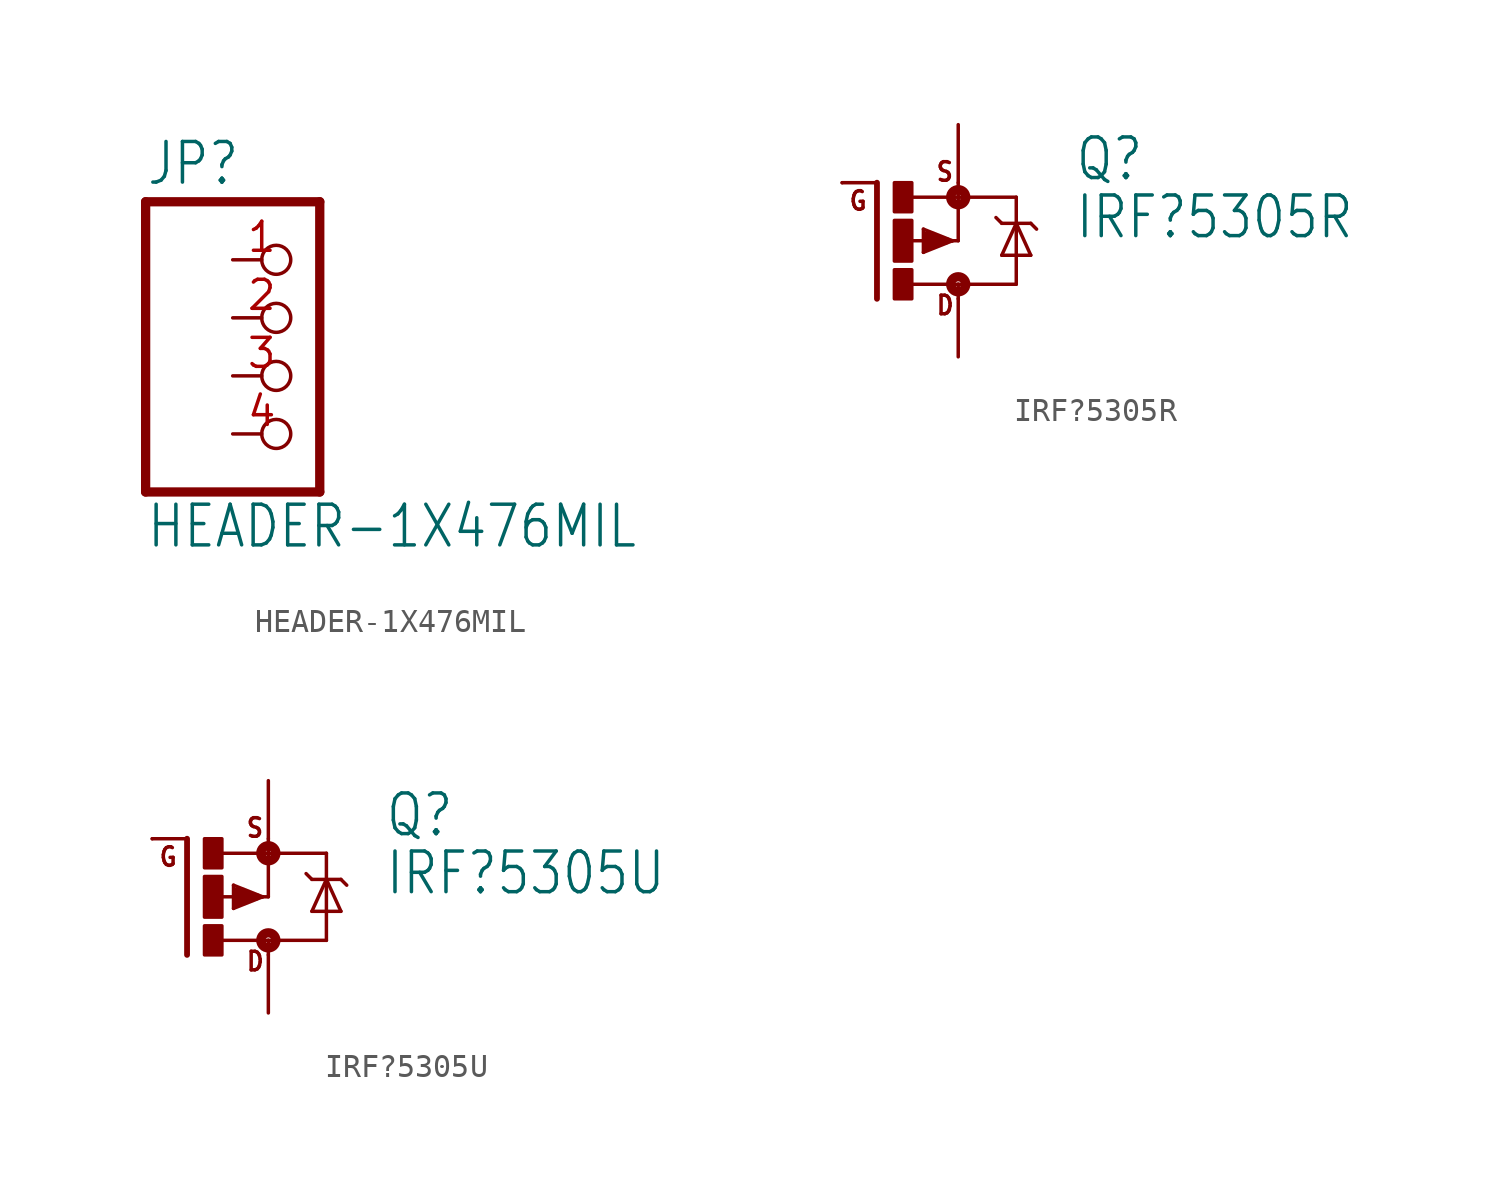
<source format=kicad_sym>
(kicad_symbol_lib
  (version 20211014)
  (generator kicad_symbol_editor)
  (symbol "HEADER-1X476MIL"
    (property "Reference" "JP"
      (at -6.35 8.255 0)
      (effects (font (size 1.778 1.511)) (justify left bottom)))
    (property "Value" "HEADER-1X476MIL"
      (at -6.35 -7.62 0)
      (effects (font (size 1.778 1.511)) (justify left bottom)))
    (property "ki_locked" ""
      (at 0 0 0)
      (effects (font (size 1.27 1.27))))
    (symbol "HEADER-1X476MIL_1_0"
      (polyline (pts (xy -6.35 -5.08) (xy 1.27 -5.08)) (stroke (width 0.406) (type default) (color 0 0 0 0)) (fill (type none)))
      (polyline (pts (xy -6.35 7.62) (xy -6.35 -5.08)) (stroke (width 0.406) (type default) (color 0 0 0 0)) (fill (type none)))
      (polyline (pts (xy 1.27 -5.08) (xy 1.27 7.62)) (stroke (width 0.406) (type default) (color 0 0 0 0)) (fill (type none)))
      (polyline (pts (xy 1.27 7.62) (xy -6.35 7.62)) (stroke (width 0.406) (type default) (color 0 0 0 0)) (fill (type none)))
      (pin passive inverted (at -2.54 5.08 0) (length 2.54) (name "1" (effects (font (size 0 0)))) (number "1" (effects (font (size 1.27 1.27)))))
      (pin passive inverted (at -2.54 2.54 0) (length 2.54) (name "2" (effects (font (size 0 0)))) (number "2" (effects (font (size 1.27 1.27)))))
      (pin passive inverted (at -2.54 0 0) (length 2.54) (name "3" (effects (font (size 0 0)))) (number "3" (effects (font (size 1.27 1.27)))))
      (pin passive inverted (at -2.54 -2.54 0) (length 2.54) (name "4" (effects (font (size 0 0)))) (number "4" (effects (font (size 1.27 1.27)))))))
  (symbol "IRF?5305R"
    (property "Reference" "Q"
      (at 7.62 2.54 0)
      (effects (font (size 1.778 1.511)) (justify left bottom)))
    (property "Value" "IRF?5305R"
      (at 7.62 0 0)
      (effects (font (size 1.778 1.511)) (justify left bottom)))
    (property "ki_locked" ""
      (at 0 0 0)
      (effects (font (size 1.27 1.27))))
    (symbol "IRF?5305R_1_0"
      (rectangle (start -0.254 -2.54) (end 0.508 -1.27) (stroke (width 0) (type default) (color 0 0 0 0)) (fill (type outline)))
      (rectangle (start -0.254 -0.889) (end 0.508 0.889) (stroke (width 0) (type default) (color 0 0 0 0)) (fill (type outline)))
      (rectangle (start -0.254 1.27) (end 0.508 2.54) (stroke (width 0) (type default) (color 0 0 0 0)) (fill (type outline)))
      (polyline (pts (xy -1.016 -2.54) (xy -1.016 2.54)) (stroke (width 0.254) (type default) (color 0 0 0 0)) (fill (type none)))
      (polyline (pts (xy -1.016 2.54) (xy -2.54 2.54)) (stroke (width 0.152) (type default) (color 0 0 0 0)) (fill (type none)))
      (polyline (pts (xy 0.508 1.905) (xy 2.54 1.905)) (stroke (width 0.152) (type default) (color 0 0 0 0)) (fill (type none)))
      (polyline (pts (xy 1.016 -0.508) (xy 1.016 0.508)) (stroke (width 0.152) (type default) (color 0 0 0 0)) (fill (type none)))
      (polyline (pts (xy 1.016 0.508) (xy 2.286 0)) (stroke (width 0.152) (type default) (color 0 0 0 0)) (fill (type none)))
      (polyline (pts (xy 1.143 -0.254) (xy 1.143 0)) (stroke (width 0.305) (type default) (color 0 0 0 0)) (fill (type none)))
      (polyline (pts (xy 1.143 0) (xy 0.254 0)) (stroke (width 0.152) (type default) (color 0 0 0 0)) (fill (type none)))
      (polyline (pts (xy 1.143 0) (xy 1.397 0)) (stroke (width 0.305) (type default) (color 0 0 0 0)) (fill (type none)))
      (polyline (pts (xy 1.143 0.254) (xy 2.032 0)) (stroke (width 0.305) (type default) (color 0 0 0 0)) (fill (type none)))
      (polyline (pts (xy 2.032 0) (xy 1.143 -0.254)) (stroke (width 0.305) (type default) (color 0 0 0 0)) (fill (type none)))
      (polyline (pts (xy 2.235 0) (xy 2.286 0)) (stroke (width 0.152) (type default) (color 0 0 0 0)) (fill (type none)))
      (polyline (pts (xy 2.286 0) (xy 1.016 -0.508)) (stroke (width 0.152) (type default) (color 0 0 0 0)) (fill (type none)))
      (polyline (pts (xy 2.286 0) (xy 2.54 0)) (stroke (width 0.152) (type default) (color 0 0 0 0)) (fill (type none)))
      (polyline (pts (xy 2.54 -2.54) (xy 2.54 -1.905)) (stroke (width 0.152) (type default) (color 0 0 0 0)) (fill (type none)))
      (polyline (pts (xy 2.54 -1.905) (xy 0.533 -1.905)) (stroke (width 0.152) (type default) (color 0 0 0 0)) (fill (type none)))
      (polyline (pts (xy 2.54 -1.905) (xy 5.08 -1.905)) (stroke (width 0.152) (type default) (color 0 0 0 0)) (fill (type none)))
      (polyline (pts (xy 2.54 0) (xy 2.54 1.905)) (stroke (width 0.152) (type default) (color 0 0 0 0)) (fill (type none)))
      (polyline (pts (xy 2.54 1.905) (xy 2.54 2.54)) (stroke (width 0.152) (type default) (color 0 0 0 0)) (fill (type none)))
      (polyline (pts (xy 4.445 -0.635) (xy 5.08 0.762)) (stroke (width 0.152) (type default) (color 0 0 0 0)) (fill (type none)))
      (polyline (pts (xy 4.445 0.762) (xy 4.191 1.016)) (stroke (width 0.152) (type default) (color 0 0 0 0)) (fill (type none)))
      (polyline (pts (xy 5.08 0.762) (xy 4.445 0.762)) (stroke (width 0.152) (type default) (color 0 0 0 0)) (fill (type none)))
      (polyline (pts (xy 5.08 0.762) (xy 5.08 -1.905)) (stroke (width 0.152) (type default) (color 0 0 0 0)) (fill (type none)))
      (polyline (pts (xy 5.08 0.762) (xy 5.715 -0.635)) (stroke (width 0.152) (type default) (color 0 0 0 0)) (fill (type none)))
      (polyline (pts (xy 5.08 1.905) (xy 2.54 1.905)) (stroke (width 0.152) (type default) (color 0 0 0 0)) (fill (type none)))
      (polyline (pts (xy 5.08 1.905) (xy 5.08 0.762)) (stroke (width 0.152) (type default) (color 0 0 0 0)) (fill (type none)))
      (polyline (pts (xy 5.715 -0.635) (xy 4.445 -0.635)) (stroke (width 0.152) (type default) (color 0 0 0 0)) (fill (type none)))
      (polyline (pts (xy 5.715 0.762) (xy 5.08 0.762)) (stroke (width 0.152) (type default) (color 0 0 0 0)) (fill (type none)))
      (polyline (pts (xy 5.715 0.762) (xy 5.969 0.508)) (stroke (width 0.152) (type default) (color 0 0 0 0)) (fill (type none)))
      (circle (center 2.54 -1.905) (radius 0.127) (stroke (width 0.406) (type default) (color 0 0 0 0)) (fill (type none)))
      (circle (center 2.54 1.905) (radius 0.127) (stroke (width 0.406) (type default) (color 0 0 0 0)) (fill (type none)))
      (text "D" (at 1.524 -3.302 0) (effects (font (size 0.813 0.691)) (justify left bottom)))
      (text "G" (at -2.286 1.27 0) (effects (font (size 0.813 0.691)) (justify left bottom)))
      (text "S" (at 1.524 2.54 0) (effects (font (size 0.813 0.691)) (justify left bottom)))
      (pin passive line (at -2.54 2.54 0) (length 0) (name "G" (effects (font (size 0 0)))) (number "1" (effects (font (size 0 0)))))
      (pin passive line (at 2.54 5.08 270) (length 2.54) (name "S" (effects (font (size 0 0)))) (number "3" (effects (font (size 0 0)))))
      (pin passive line (at 2.54 -5.08 90) (length 2.54) (name "D" (effects (font (size 0 0)))) (number "4" (effects (font (size 0 0)))))))
  (symbol "IRF?5305U"
    (property "Reference" "Q"
      (at 7.62 2.54 0)
      (effects (font (size 1.778 1.511)) (justify left bottom)))
    (property "Value" "IRF?5305U"
      (at 7.62 0 0)
      (effects (font (size 1.778 1.511)) (justify left bottom)))
    (property "ki_locked" ""
      (at 0 0 0)
      (effects (font (size 1.27 1.27))))
    (symbol "IRF?5305U_1_0"
      (rectangle (start -0.254 -2.54) (end 0.508 -1.27) (stroke (width 0) (type default) (color 0 0 0 0)) (fill (type outline)))
      (rectangle (start -0.254 -0.889) (end 0.508 0.889) (stroke (width 0) (type default) (color 0 0 0 0)) (fill (type outline)))
      (rectangle (start -0.254 1.27) (end 0.508 2.54) (stroke (width 0) (type default) (color 0 0 0 0)) (fill (type outline)))
      (polyline (pts (xy -1.016 -2.54) (xy -1.016 2.54)) (stroke (width 0.254) (type default) (color 0 0 0 0)) (fill (type none)))
      (polyline (pts (xy -1.016 2.54) (xy -2.54 2.54)) (stroke (width 0.152) (type default) (color 0 0 0 0)) (fill (type none)))
      (polyline (pts (xy 0.508 1.905) (xy 2.54 1.905)) (stroke (width 0.152) (type default) (color 0 0 0 0)) (fill (type none)))
      (polyline (pts (xy 1.016 -0.508) (xy 1.016 0.508)) (stroke (width 0.152) (type default) (color 0 0 0 0)) (fill (type none)))
      (polyline (pts (xy 1.016 0.508) (xy 2.286 0)) (stroke (width 0.152) (type default) (color 0 0 0 0)) (fill (type none)))
      (polyline (pts (xy 1.143 -0.254) (xy 1.143 0)) (stroke (width 0.305) (type default) (color 0 0 0 0)) (fill (type none)))
      (polyline (pts (xy 1.143 0) (xy 0.254 0)) (stroke (width 0.152) (type default) (color 0 0 0 0)) (fill (type none)))
      (polyline (pts (xy 1.143 0) (xy 1.397 0)) (stroke (width 0.305) (type default) (color 0 0 0 0)) (fill (type none)))
      (polyline (pts (xy 1.143 0.254) (xy 2.032 0)) (stroke (width 0.305) (type default) (color 0 0 0 0)) (fill (type none)))
      (polyline (pts (xy 2.032 0) (xy 1.143 -0.254)) (stroke (width 0.305) (type default) (color 0 0 0 0)) (fill (type none)))
      (polyline (pts (xy 2.235 0) (xy 2.286 0)) (stroke (width 0.152) (type default) (color 0 0 0 0)) (fill (type none)))
      (polyline (pts (xy 2.286 0) (xy 1.016 -0.508)) (stroke (width 0.152) (type default) (color 0 0 0 0)) (fill (type none)))
      (polyline (pts (xy 2.286 0) (xy 2.54 0)) (stroke (width 0.152) (type default) (color 0 0 0 0)) (fill (type none)))
      (polyline (pts (xy 2.54 -2.54) (xy 2.54 -1.905)) (stroke (width 0.152) (type default) (color 0 0 0 0)) (fill (type none)))
      (polyline (pts (xy 2.54 -1.905) (xy 0.533 -1.905)) (stroke (width 0.152) (type default) (color 0 0 0 0)) (fill (type none)))
      (polyline (pts (xy 2.54 -1.905) (xy 5.08 -1.905)) (stroke (width 0.152) (type default) (color 0 0 0 0)) (fill (type none)))
      (polyline (pts (xy 2.54 0) (xy 2.54 1.905)) (stroke (width 0.152) (type default) (color 0 0 0 0)) (fill (type none)))
      (polyline (pts (xy 2.54 1.905) (xy 2.54 2.54)) (stroke (width 0.152) (type default) (color 0 0 0 0)) (fill (type none)))
      (polyline (pts (xy 4.445 -0.635) (xy 5.08 0.762)) (stroke (width 0.152) (type default) (color 0 0 0 0)) (fill (type none)))
      (polyline (pts (xy 4.445 0.762) (xy 4.191 1.016)) (stroke (width 0.152) (type default) (color 0 0 0 0)) (fill (type none)))
      (polyline (pts (xy 5.08 0.762) (xy 4.445 0.762)) (stroke (width 0.152) (type default) (color 0 0 0 0)) (fill (type none)))
      (polyline (pts (xy 5.08 0.762) (xy 5.08 -1.905)) (stroke (width 0.152) (type default) (color 0 0 0 0)) (fill (type none)))
      (polyline (pts (xy 5.08 0.762) (xy 5.715 -0.635)) (stroke (width 0.152) (type default) (color 0 0 0 0)) (fill (type none)))
      (polyline (pts (xy 5.08 1.905) (xy 2.54 1.905)) (stroke (width 0.152) (type default) (color 0 0 0 0)) (fill (type none)))
      (polyline (pts (xy 5.08 1.905) (xy 5.08 0.762)) (stroke (width 0.152) (type default) (color 0 0 0 0)) (fill (type none)))
      (polyline (pts (xy 5.715 -0.635) (xy 4.445 -0.635)) (stroke (width 0.152) (type default) (color 0 0 0 0)) (fill (type none)))
      (polyline (pts (xy 5.715 0.762) (xy 5.08 0.762)) (stroke (width 0.152) (type default) (color 0 0 0 0)) (fill (type none)))
      (polyline (pts (xy 5.715 0.762) (xy 5.969 0.508)) (stroke (width 0.152) (type default) (color 0 0 0 0)) (fill (type none)))
      (circle (center 2.54 -1.905) (radius 0.127) (stroke (width 0.406) (type default) (color 0 0 0 0)) (fill (type none)))
      (circle (center 2.54 1.905) (radius 0.127) (stroke (width 0.406) (type default) (color 0 0 0 0)) (fill (type none)))
      (text "D" (at 1.524 -3.302 0) (effects (font (size 0.813 0.691)) (justify left bottom)))
      (text "G" (at -2.286 1.27 0) (effects (font (size 0.813 0.691)) (justify left bottom)))
      (text "S" (at 1.524 2.54 0) (effects (font (size 0.813 0.691)) (justify left bottom)))
      (pin passive line (at -2.54 2.54 0) (length 0) (name "G" (effects (font (size 0 0)))) (number "1" (effects (font (size 0 0)))))
      (pin passive line (at 2.54 -5.08 90) (length 2.54) (name "D" (effects (font (size 0 0)))) (number "2" (effects (font (size 0 0)))))
      (pin passive line (at 2.54 5.08 270) (length 2.54) (name "S" (effects (font (size 0 0)))) (number "3" (effects (font (size 0 0))))))))
</source>
